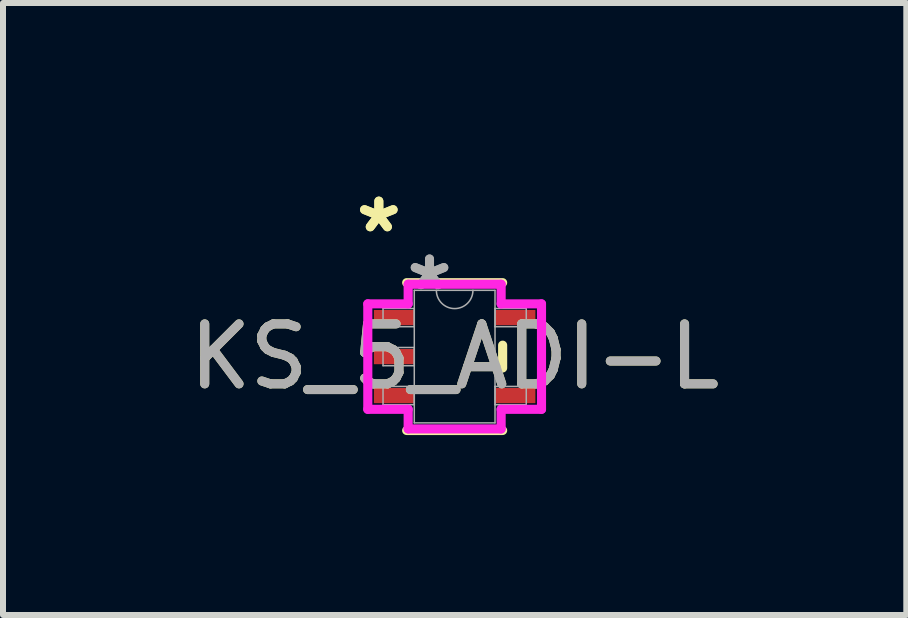
<source format=kicad_pcb>
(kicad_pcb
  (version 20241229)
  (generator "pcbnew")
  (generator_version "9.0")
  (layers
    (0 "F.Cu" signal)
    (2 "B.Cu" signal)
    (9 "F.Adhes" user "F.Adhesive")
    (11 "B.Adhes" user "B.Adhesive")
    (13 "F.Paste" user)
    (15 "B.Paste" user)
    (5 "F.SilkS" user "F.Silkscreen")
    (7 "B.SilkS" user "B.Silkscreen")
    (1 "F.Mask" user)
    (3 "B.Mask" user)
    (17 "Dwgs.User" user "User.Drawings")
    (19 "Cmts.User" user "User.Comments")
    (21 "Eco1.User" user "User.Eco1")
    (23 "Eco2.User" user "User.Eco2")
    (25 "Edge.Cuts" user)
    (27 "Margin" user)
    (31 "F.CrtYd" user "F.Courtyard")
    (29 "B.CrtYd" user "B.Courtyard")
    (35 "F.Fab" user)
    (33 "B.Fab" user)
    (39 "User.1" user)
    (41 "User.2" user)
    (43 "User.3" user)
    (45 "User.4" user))
  (footprint "KS_5_ADI-L"
    (layer "F.Cu")
    (at 4.53 2.895)
    (property "Reference" "KS_5_ADI-L" (at 0 0 0) (unlocked yes) (layer "F.SilkS") (effects (font (size 1 1) (thickness 0.15))))
    (attr smd)
    (fp_line (start -0.8 1.232) (end 0.8 1.232) (stroke (width 0.152) (type solid)) (layer "F.SilkS"))
    (fp_line (start 0.8 -1.232) (end -0.8 -1.232) (stroke (width 0.152) (type solid)) (layer "F.SilkS"))
    (fp_line (start 0.8 0.19) (end 0.8 -0.19) (stroke (width 0.152) (type solid)) (layer "F.SilkS"))
    (fp_line (start -1.448 -0.879) (end -0.775 -0.879) (stroke (width 0.152) (type solid)) (layer "F.CrtYd"))
    (fp_line (start -1.448 0.879) (end -1.448 -0.879) (stroke (width 0.152) (type solid)) (layer "F.CrtYd"))
    (fp_line (start -0.775 -1.206) (end 0.775 -1.206) (stroke (width 0.152) (type solid)) (layer "F.CrtYd"))
    (fp_line (start -0.775 -0.879) (end -0.775 -1.206) (stroke (width 0.152) (type solid)) (layer "F.CrtYd"))
    (fp_line (start -0.775 0.879) (end -1.448 0.879) (stroke (width 0.152) (type solid)) (layer "F.CrtYd"))
    (fp_line (start -0.775 1.206) (end -0.775 0.879) (stroke (width 0.152) (type solid)) (layer "F.CrtYd"))
    (fp_line (start 0.775 -1.206) (end 0.775 -0.879) (stroke (width 0.152) (type solid)) (layer "F.CrtYd"))
    (fp_line (start 0.775 -0.879) (end 1.448 -0.879) (stroke (width 0.152) (type solid)) (layer "F.CrtYd"))
    (fp_line (start 0.775 0.879) (end 0.775 1.206) (stroke (width 0.152) (type solid)) (layer "F.CrtYd"))
    (fp_line (start 0.775 1.206) (end -0.775 1.206) (stroke (width 0.152) (type solid)) (layer "F.CrtYd"))
    (fp_line (start 1.448 -0.879) (end 1.448 0.879) (stroke (width 0.152) (type solid)) (layer "F.CrtYd"))
    (fp_line (start 1.448 0.879) (end 0.775 0.879) (stroke (width 0.152) (type solid)) (layer "F.CrtYd"))
    (fp_line (start -1.194 -0.802) (end -1.194 -0.498) (stroke (width 0.025) (type solid)) (layer "F.Fab"))
    (fp_line (start -1.194 -0.498) (end -0.673 -0.498) (stroke (width 0.025) (type solid)) (layer "F.Fab"))
    (fp_line (start -1.194 -0.152) (end -1.194 0.152) (stroke (width 0.025) (type solid)) (layer "F.Fab"))
    (fp_line (start -1.194 0.152) (end -0.673 0.152) (stroke (width 0.025) (type solid)) (layer "F.Fab"))
    (fp_line (start -1.194 0.498) (end -1.194 0.802) (stroke (width 0.025) (type solid)) (layer "F.Fab"))
    (fp_line (start -1.194 0.802) (end -0.673 0.802) (stroke (width 0.025) (type solid)) (layer "F.Fab"))
    (fp_line (start -0.673 -1.105) (end -0.673 1.105) (stroke (width 0.025) (type solid)) (layer "F.Fab"))
    (fp_line (start -0.673 -0.802) (end -1.194 -0.802) (stroke (width 0.025) (type solid)) (layer "F.Fab"))
    (fp_line (start -0.673 -0.498) (end -0.673 -0.802) (stroke (width 0.025) (type solid)) (layer "F.Fab"))
    (fp_line (start -0.673 -0.152) (end -1.194 -0.152) (stroke (width 0.025) (type solid)) (layer "F.Fab"))
    (fp_line (start -0.673 0.152) (end -0.673 -0.152) (stroke (width 0.025) (type solid)) (layer "F.Fab"))
    (fp_line (start -0.673 0.498) (end -1.194 0.498) (stroke (width 0.025) (type solid)) (layer "F.Fab"))
    (fp_line (start -0.673 0.802) (end -0.673 0.498) (stroke (width 0.025) (type solid)) (layer "F.Fab"))
    (fp_line (start -0.673 1.105) (end 0.673 1.105) (stroke (width 0.025) (type solid)) (layer "F.Fab"))
    (fp_line (start 0.673 -1.105) (end -0.673 -1.105) (stroke (width 0.025) (type solid)) (layer "F.Fab"))
    (fp_line (start 0.673 -0.802) (end 0.673 -0.498) (stroke (width 0.025) (type solid)) (layer "F.Fab"))
    (fp_line (start 0.673 -0.498) (end 1.194 -0.498) (stroke (width 0.025) (type solid)) (layer "F.Fab"))
    (fp_line (start 0.673 0.498) (end 0.673 0.802) (stroke (width 0.025) (type solid)) (layer "F.Fab"))
    (fp_line (start 0.673 0.802) (end 1.194 0.802) (stroke (width 0.025) (type solid)) (layer "F.Fab"))
    (fp_line (start 0.673 1.105) (end 0.673 -1.105) (stroke (width 0.025) (type solid)) (layer "F.Fab"))
    (fp_line (start 1.194 -0.802) (end 0.673 -0.802) (stroke (width 0.025) (type solid)) (layer "F.Fab"))
    (fp_line (start 1.194 -0.498) (end 1.194 -0.802) (stroke (width 0.025) (type solid)) (layer "F.Fab"))
    (fp_line (start 1.194 0.498) (end 0.673 0.498) (stroke (width 0.025) (type solid)) (layer "F.Fab"))
    (fp_line (start 1.194 0.802) (end 1.194 0.498) (stroke (width 0.025) (type solid)) (layer "F.Fab"))
    (fp_arc (start 0.3048 -1.1049) (mid 0 -0.8001) (end -0.3048 -1.1049) (stroke (width 0.0254) (type solid)) (layer "F.Fab"))
    (fp_text user "*" (at -1.264 -2.047 0) (layer "F.SilkS") (effects (font (size 1 1) (thickness 0.15))))
    (fp_text user "*" (at -1.264 -2.047 0) (unlocked yes) (layer "F.SilkS") (effects (font (size 1 1) (thickness 0.15))))
    (fp_text user "*" (at -0.419 -1.082 0) (layer "F.Fab") (effects (font (size 1 1) (thickness 0.15))))
    (fp_text user "${REFERENCE}" (at 0 0 0) (unlocked yes) (layer "F.Fab") (effects (font (size 1 1) (thickness 0.15))))
    (fp_text user "*" (at -0.419 -1.082 0) (unlocked yes) (layer "F.Fab") (effects (font (size 1 1) (thickness 0.15))))
    (pad "1" smd rect (at -1.01 -0.65) (size 0.673 0.254) (layers "F.Cu" "F.Mask" "F.Paste"))
    (pad "2" smd rect (at -1.01 0) (size 0.673 0.254) (layers "F.Cu" "F.Mask" "F.Paste"))
    (pad "3" smd rect (at -1.01 0.65) (size 0.673 0.254) (layers "F.Cu" "F.Mask" "F.Paste"))
    (pad "4" smd rect (at 1.01 0.65) (size 0.673 0.254) (layers "F.Cu" "F.Mask" "F.Paste"))
    (pad "5" smd rect (at 1.01 -0.65) (size 0.673 0.254) (layers "F.Cu" "F.Mask" "F.Paste")))
  (gr_rect
    (start -3 -3)
    (end 12.06 7.203)
    (stroke (width 0.1) (type default))
    (fill no)
    (layer "Edge.Cuts")))
</source>
